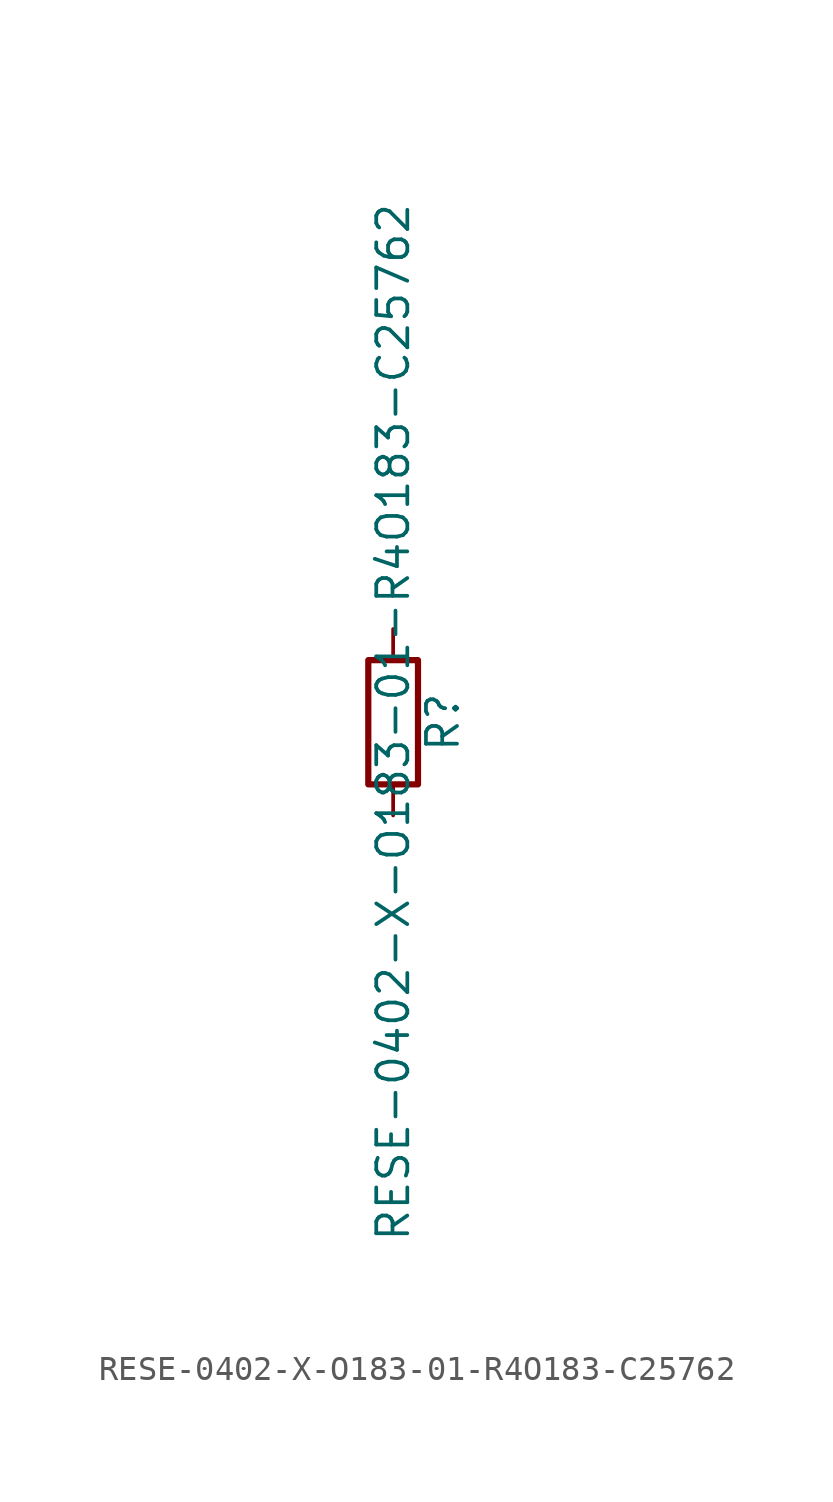
<source format=kicad_sym>
(kicad_symbol_lib
  (version 20211014)
  (generator kicad_symbol_editor)
  (symbol "RESE-0402-X-O183-01-R4O183-C25762"
    (pin_numbers hide)
    (pin_names
      (offset 0))
    (property "Reference" "R"
      (at 2.032 0 90)
      (effects (font (size 1.27 1.27))))
    (property "Value" "RESE-0402-X-O183-01-R4O183-C25762"
      (at 0 0 90)
      (effects (font (size 1.27 1.27))))
    (symbol "RESE-0402-X-O183-01-R4O183-C25762_0_1"
      (rectangle (start -1.016 -2.54) (end 1.016 2.54) (stroke (width 0.254) (type default) (color 0 0 0 0)) (fill (type none))))
    (symbol "RESE-0402-X-O183-01-R4O183-C25762_1_1"
      (pin passive line (at 0 3.81 270) (length 1.27) (name "~" (effects (font (size 1.27 1.27)))) (number "1" (effects (font (size 1.27 1.27)))))
      (pin passive line (at 0 -3.81 90) (length 1.27) (name "~" (effects (font (size 1.27 1.27)))) (number "2" (effects (font (size 1.27 1.27))))))))
</source>
